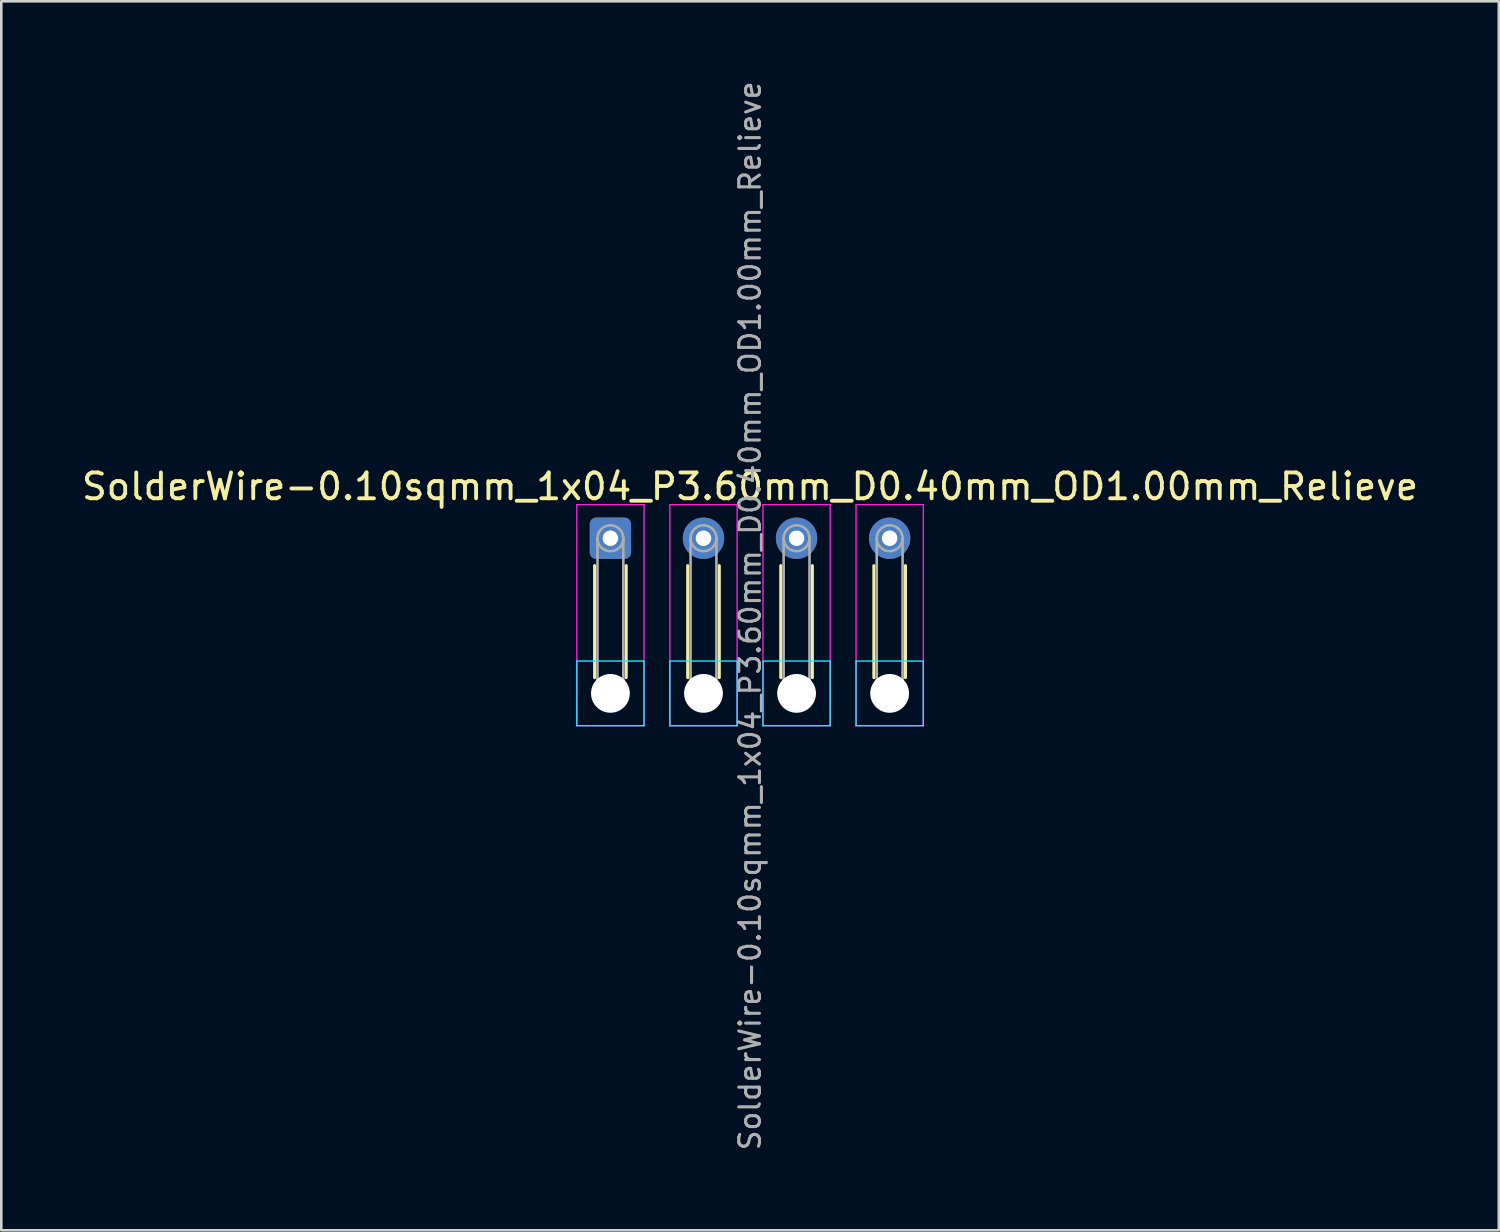
<source format=kicad_pcb>
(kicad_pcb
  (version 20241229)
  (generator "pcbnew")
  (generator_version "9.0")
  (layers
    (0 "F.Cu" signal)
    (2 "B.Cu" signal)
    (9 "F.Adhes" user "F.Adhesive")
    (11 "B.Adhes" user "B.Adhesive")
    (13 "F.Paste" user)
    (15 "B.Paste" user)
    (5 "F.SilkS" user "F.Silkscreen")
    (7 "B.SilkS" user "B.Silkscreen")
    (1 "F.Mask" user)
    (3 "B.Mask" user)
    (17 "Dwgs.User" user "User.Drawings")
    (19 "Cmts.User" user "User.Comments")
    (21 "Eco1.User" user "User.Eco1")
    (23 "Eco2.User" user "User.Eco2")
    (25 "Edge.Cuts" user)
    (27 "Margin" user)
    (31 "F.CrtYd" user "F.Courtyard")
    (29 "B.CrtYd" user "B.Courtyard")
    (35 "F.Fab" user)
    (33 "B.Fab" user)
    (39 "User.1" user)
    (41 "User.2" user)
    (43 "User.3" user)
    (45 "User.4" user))
  (footprint "SolderWire-0.10sqmm_1x04_P3.60mm_D0.40mm_OD1.00mm_Relieve"
    (layer "F.Cu")
    (at 20.558 17.767)
    (property "Reference" "SolderWire-0.10sqmm_1x04_P3.60mm_D0.40mm_OD1.00mm_Relieve" (at 5.4 -2 0) (layer "F.SilkS") (effects (font (size 1 1) (thickness 0.15))))
    (attr exclude_from_pos_files exclude_from_bom)
    (fp_line (start -0.61 1.06) (end -0.61 5.39) (stroke (width 0.12) (type solid)) (layer "F.SilkS"))
    (fp_line (start 0.61 1.06) (end 0.61 5.39) (stroke (width 0.12) (type solid)) (layer "F.SilkS"))
    (fp_line (start 2.99 1.06) (end 2.99 5.39) (stroke (width 0.12) (type solid)) (layer "F.SilkS"))
    (fp_line (start 4.21 1.06) (end 4.21 5.39) (stroke (width 0.12) (type solid)) (layer "F.SilkS"))
    (fp_line (start 6.59 1.06) (end 6.59 5.39) (stroke (width 0.12) (type solid)) (layer "F.SilkS"))
    (fp_line (start 7.81 1.06) (end 7.81 5.39) (stroke (width 0.12) (type solid)) (layer "F.SilkS"))
    (fp_line (start 10.19 1.06) (end 10.19 5.39) (stroke (width 0.12) (type solid)) (layer "F.SilkS"))
    (fp_line (start 11.41 1.06) (end 11.41 5.39) (stroke (width 0.12) (type solid)) (layer "F.SilkS"))
    (fp_line (start -1.3 4.75) (end -1.3 7.25) (stroke (width 0.05) (type solid)) (layer "B.CrtYd"))
    (fp_line (start -1.3 7.25) (end 1.3 7.25) (stroke (width 0.05) (type solid)) (layer "B.CrtYd"))
    (fp_line (start 1.3 4.75) (end -1.3 4.75) (stroke (width 0.05) (type solid)) (layer "B.CrtYd"))
    (fp_line (start 1.3 7.25) (end 1.3 4.75) (stroke (width 0.05) (type solid)) (layer "B.CrtYd"))
    (fp_line (start 2.3 4.75) (end 2.3 7.25) (stroke (width 0.05) (type solid)) (layer "B.CrtYd"))
    (fp_line (start 2.3 7.25) (end 4.9 7.25) (stroke (width 0.05) (type solid)) (layer "B.CrtYd"))
    (fp_line (start 4.9 4.75) (end 2.3 4.75) (stroke (width 0.05) (type solid)) (layer "B.CrtYd"))
    (fp_line (start 4.9 7.25) (end 4.9 4.75) (stroke (width 0.05) (type solid)) (layer "B.CrtYd"))
    (fp_line (start 5.9 4.75) (end 5.9 7.25) (stroke (width 0.05) (type solid)) (layer "B.CrtYd"))
    (fp_line (start 5.9 7.25) (end 8.5 7.25) (stroke (width 0.05) (type solid)) (layer "B.CrtYd"))
    (fp_line (start 8.5 4.75) (end 5.9 4.75) (stroke (width 0.05) (type solid)) (layer "B.CrtYd"))
    (fp_line (start 8.5 7.25) (end 8.5 4.75) (stroke (width 0.05) (type solid)) (layer "B.CrtYd"))
    (fp_line (start 9.5 4.75) (end 9.5 7.25) (stroke (width 0.05) (type solid)) (layer "B.CrtYd"))
    (fp_line (start 9.5 7.25) (end 12.1 7.25) (stroke (width 0.05) (type solid)) (layer "B.CrtYd"))
    (fp_line (start 12.1 4.75) (end 9.5 4.75) (stroke (width 0.05) (type solid)) (layer "B.CrtYd"))
    (fp_line (start 12.1 7.25) (end 12.1 4.75) (stroke (width 0.05) (type solid)) (layer "B.CrtYd"))
    (fp_line (start -1.3 -1.3) (end -1.3 7.25) (stroke (width 0.05) (type solid)) (layer "F.CrtYd"))
    (fp_line (start -1.3 7.25) (end 1.3 7.25) (stroke (width 0.05) (type solid)) (layer "F.CrtYd"))
    (fp_line (start 1.3 -1.3) (end -1.3 -1.3) (stroke (width 0.05) (type solid)) (layer "F.CrtYd"))
    (fp_line (start 1.3 7.25) (end 1.3 -1.3) (stroke (width 0.05) (type solid)) (layer "F.CrtYd"))
    (fp_line (start 2.3 -1.3) (end 2.3 7.25) (stroke (width 0.05) (type solid)) (layer "F.CrtYd"))
    (fp_line (start 2.3 7.25) (end 4.9 7.25) (stroke (width 0.05) (type solid)) (layer "F.CrtYd"))
    (fp_line (start 4.9 -1.3) (end 2.3 -1.3) (stroke (width 0.05) (type solid)) (layer "F.CrtYd"))
    (fp_line (start 4.9 7.25) (end 4.9 -1.3) (stroke (width 0.05) (type solid)) (layer "F.CrtYd"))
    (fp_line (start 5.9 -1.3) (end 5.9 7.25) (stroke (width 0.05) (type solid)) (layer "F.CrtYd"))
    (fp_line (start 5.9 7.25) (end 8.5 7.25) (stroke (width 0.05) (type solid)) (layer "F.CrtYd"))
    (fp_line (start 8.5 -1.3) (end 5.9 -1.3) (stroke (width 0.05) (type solid)) (layer "F.CrtYd"))
    (fp_line (start 8.5 7.25) (end 8.5 -1.3) (stroke (width 0.05) (type solid)) (layer "F.CrtYd"))
    (fp_line (start 9.5 -1.3) (end 9.5 7.25) (stroke (width 0.05) (type solid)) (layer "F.CrtYd"))
    (fp_line (start 9.5 7.25) (end 12.1 7.25) (stroke (width 0.05) (type solid)) (layer "F.CrtYd"))
    (fp_line (start 12.1 -1.3) (end 9.5 -1.3) (stroke (width 0.05) (type solid)) (layer "F.CrtYd"))
    (fp_line (start 12.1 7.25) (end 12.1 -1.3) (stroke (width 0.05) (type solid)) (layer "F.CrtYd"))
    (fp_line (start -0.5 0) (end -0.5 6) (stroke (width 0.1) (type solid)) (layer "F.Fab"))
    (fp_line (start 0.5 0) (end 0.5 6) (stroke (width 0.1) (type solid)) (layer "F.Fab"))
    (fp_line (start 3.1 0) (end 3.1 6) (stroke (width 0.1) (type solid)) (layer "F.Fab"))
    (fp_line (start 4.1 0) (end 4.1 6) (stroke (width 0.1) (type solid)) (layer "F.Fab"))
    (fp_line (start 6.7 0) (end 6.7 6) (stroke (width 0.1) (type solid)) (layer "F.Fab"))
    (fp_line (start 7.7 0) (end 7.7 6) (stroke (width 0.1) (type solid)) (layer "F.Fab"))
    (fp_line (start 10.3 0) (end 10.3 6) (stroke (width 0.1) (type solid)) (layer "F.Fab"))
    (fp_line (start 11.3 0) (end 11.3 6) (stroke (width 0.1) (type solid)) (layer "F.Fab"))
    (fp_circle (center 0 0) (end 0.5 0) (stroke (width 0.1) (type solid)) (fill no) (layer "F.Fab"))
    (fp_circle (center 0 6) (end 0.5 6) (stroke (width 0.1) (type solid)) (fill no) (layer "F.Fab"))
    (fp_circle (center 3.6 0) (end 4.1 0) (stroke (width 0.1) (type solid)) (fill no) (layer "F.Fab"))
    (fp_circle (center 3.6 6) (end 4.1 6) (stroke (width 0.1) (type solid)) (fill no) (layer "F.Fab"))
    (fp_circle (center 7.2 0) (end 7.7 0) (stroke (width 0.1) (type solid)) (fill no) (layer "F.Fab"))
    (fp_circle (center 7.2 6) (end 7.7 6) (stroke (width 0.1) (type solid)) (fill no) (layer "F.Fab"))
    (fp_circle (center 10.8 0) (end 11.3 0) (stroke (width 0.1) (type solid)) (fill no) (layer "F.Fab"))
    (fp_circle (center 10.8 6) (end 11.3 6) (stroke (width 0.1) (type solid)) (fill no) (layer "F.Fab"))
    (fp_text user "${REFERENCE}" (at 5.4 3 90) (layer "F.Fab") (effects (font (size 0.8 0.8) (thickness 0.12))))
    (pad "" np_thru_hole circle (at 0 6) (size 1.5 1.5) (drill 1.5) (layers "*.Cu" "*.Mask"))
    (pad "" np_thru_hole circle (at 3.6 6) (size 1.5 1.5) (drill 1.5) (layers "*.Cu" "*.Mask"))
    (pad "" np_thru_hole circle (at 7.2 6) (size 1.5 1.5) (drill 1.5) (layers "*.Cu" "*.Mask"))
    (pad "" np_thru_hole circle (at 10.8 6) (size 1.5 1.5) (drill 1.5) (layers "*.Cu" "*.Mask"))
    (pad "1" thru_hole roundrect (at 0 0) (size 1.6 1.6) (drill 0.6) (layers "*.Cu" "*.Mask") (roundrect_rratio 0.156))
    (pad "2" thru_hole circle (at 3.6 0) (size 1.6 1.6) (drill 0.6) (layers "*.Cu" "*.Mask"))
    (pad "3" thru_hole circle (at 7.2 0) (size 1.6 1.6) (drill 0.6) (layers "*.Cu" "*.Mask"))
    (pad "4" thru_hole circle (at 10.8 0) (size 1.6 1.6) (drill 0.6) (layers "*.Cu" "*.Mask")))
  (gr_rect
    (start -3 -3)
    (end 54.917 44.533)
    (stroke (width 0.1) (type default))
    (fill no)
    (layer "Edge.Cuts")))
</source>
